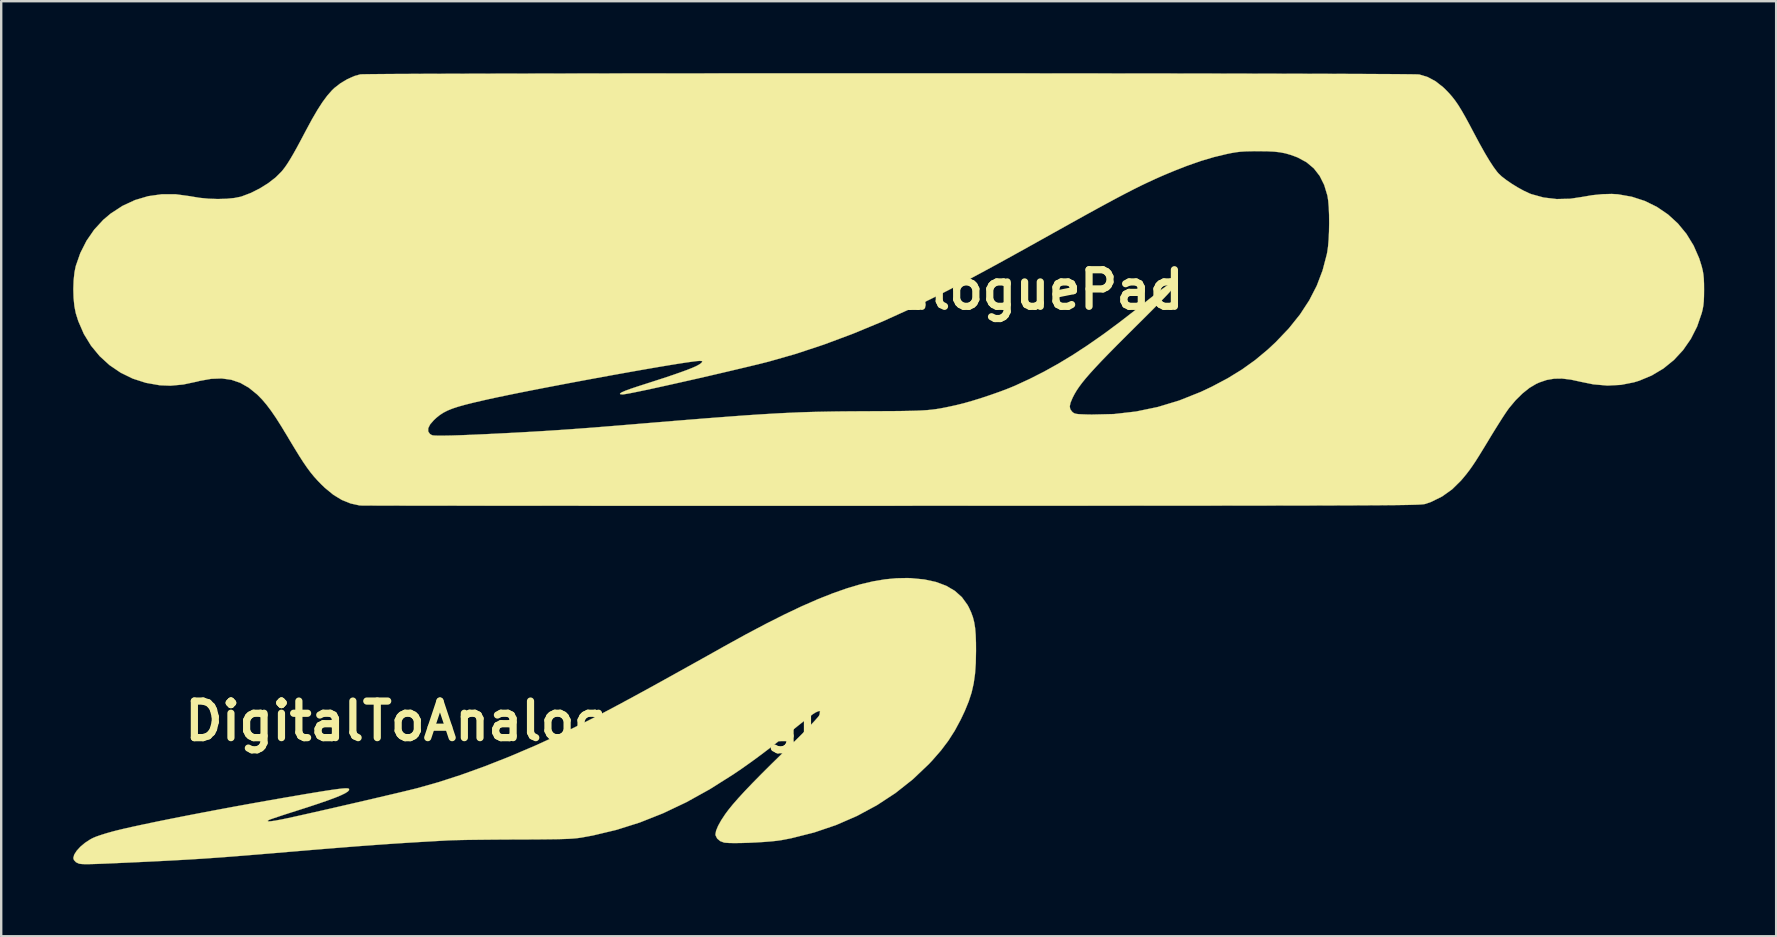
<source format=kicad_pcb>
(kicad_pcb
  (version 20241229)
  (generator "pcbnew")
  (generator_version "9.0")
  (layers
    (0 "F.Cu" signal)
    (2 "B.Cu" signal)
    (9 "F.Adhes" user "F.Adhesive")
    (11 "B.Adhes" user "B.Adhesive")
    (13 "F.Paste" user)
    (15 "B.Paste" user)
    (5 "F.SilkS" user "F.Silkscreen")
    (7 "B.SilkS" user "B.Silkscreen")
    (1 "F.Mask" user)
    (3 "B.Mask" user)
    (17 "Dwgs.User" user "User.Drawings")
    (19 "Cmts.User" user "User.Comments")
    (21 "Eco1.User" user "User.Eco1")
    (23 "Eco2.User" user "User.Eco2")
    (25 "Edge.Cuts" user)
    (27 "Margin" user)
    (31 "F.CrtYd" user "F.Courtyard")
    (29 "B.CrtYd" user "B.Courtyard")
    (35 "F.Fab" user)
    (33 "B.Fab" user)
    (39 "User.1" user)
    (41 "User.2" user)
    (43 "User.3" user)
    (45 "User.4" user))
  (footprint "DigitalToAnalogueTongue"
    (layer "F.Cu")
    (at 18.801 26.995)
    (property "Reference" "DigitalToAnalogueTongue" (at 0 0 0) (layer "F.SilkS") (effects (font (size 1.524 1.524) (thickness 0.3))))
    (attr through_hole)
    (fp_poly (pts (xy 16.108 -5.955) (xy 16.663 -5.901) (xy 17.152 -5.795) (xy 17.576 -5.636) (xy 17.935 -5.425) (xy 18.23 -5.16) (xy 18.461 -4.841) (xy 18.518 -4.735) (xy 18.613 -4.529) (xy 18.687 -4.327) (xy 18.741 -4.114) (xy 18.779 -3.876) (xy 18.802 -3.597) (xy 18.814 -3.261) (xy 18.816 -2.921) (xy 18.806 -2.413) (xy 18.775 -1.969) (xy 18.718 -1.568) (xy 18.632 -1.19) (xy 18.51 -0.816) (xy 18.35 -0.425) (xy 18.179 -0.064) (xy 17.932 0.396) (xy 17.662 0.818) (xy 17.354 1.226) (xy 16.991 1.642) (xy 16.849 1.793) (xy 16.184 2.425) (xy 15.461 2.997) (xy 14.685 3.506) (xy 13.859 3.951) (xy 12.988 4.33) (xy 12.074 4.64) (xy 11.122 4.88) (xy 10.721 4.958) (xy 10.522 4.987) (xy 10.27 5.013) (xy 9.981 5.036) (xy 9.671 5.055) (xy 9.356 5.07) (xy 9.053 5.079) (xy 8.777 5.083) (xy 8.546 5.08) (xy 8.375 5.069) (xy 8.318 5.062) (xy 8.155 5) (xy 8.031 4.895) (xy 7.965 4.764) (xy 7.959 4.712) (xy 7.988 4.562) (xy 8.07 4.365) (xy 8.2 4.131) (xy 8.37 3.874) (xy 8.504 3.694) (xy 8.685 3.471) (xy 8.91 3.214) (xy 9.182 2.918) (xy 9.504 2.581) (xy 9.881 2.198) (xy 10.314 1.767) (xy 10.807 1.285) (xy 10.858 1.235) (xy 11.257 0.845) (xy 11.593 0.51) (xy 11.868 0.23) (xy 12.081 0.003) (xy 12.234 -0.17) (xy 12.327 -0.292) (xy 12.361 -0.363) (xy 12.361 -0.366) (xy 12.331 -0.417) (xy 12.25 -0.413) (xy 12.128 -0.359) (xy 12.018 -0.289) (xy 11.929 -0.222) (xy 11.787 -0.112) (xy 11.605 0.031) (xy 11.397 0.196) (xy 11.174 0.374) (xy 11.113 0.423) (xy 10.627 0.809) (xy 10.191 1.149) (xy 9.791 1.451) (xy 9.414 1.727) (xy 9.047 1.986) (xy 8.707 2.217) (xy 7.722 2.839) (xy 6.746 3.38) (xy 5.775 3.841) (xy 4.806 4.225) (xy 3.833 4.532) (xy 2.851 4.766) (xy 2.371 4.854) (xy 2.259 4.87) (xy 2.137 4.884) (xy 1.997 4.896) (xy 1.831 4.906) (xy 1.631 4.913) (xy 1.389 4.92) (xy 1.097 4.924) (xy 0.747 4.928) (xy 0.331 4.931) (xy -0.159 4.933) (xy -0.339 4.933) (xy -0.79 4.935) (xy -1.233 4.938) (xy -1.656 4.942) (xy -2.05 4.946) (xy -2.404 4.951) (xy -2.708 4.957) (xy -2.95 4.963) (xy -3.122 4.969) (xy -3.154 4.97) (xy -3.747 5.003) (xy -4.302 5.035) (xy -4.831 5.067) (xy -5.347 5.1) (xy -5.86 5.135) (xy -6.384 5.173) (xy -6.931 5.213) (xy -7.511 5.259) (xy -8.137 5.309) (xy -8.821 5.365) (xy -9.575 5.429) (xy -9.737 5.442) (xy -10.423 5.5) (xy -11.036 5.551) (xy -11.587 5.596) (xy -12.089 5.636) (xy -12.552 5.672) (xy -12.989 5.703) (xy -13.409 5.732) (xy -13.826 5.758) (xy -14.25 5.783) (xy -14.693 5.807) (xy -15.166 5.832) (xy -15.681 5.857) (xy -16.249 5.884) (xy -16.722 5.905) (xy -17.154 5.925) (xy -17.51 5.94) (xy -17.798 5.951) (xy -18.027 5.958) (xy -18.204 5.961) (xy -18.339 5.96) (xy -18.439 5.956) (xy -18.512 5.948) (xy -18.563 5.939) (xy -18.685 5.881) (xy -18.771 5.788) (xy -18.796 5.706) (xy -18.759 5.566) (xy -18.657 5.405) (xy -18.503 5.236) (xy -18.309 5.073) (xy -18.087 4.928) (xy -17.977 4.87) (xy -17.844 4.814) (xy -17.65 4.747) (xy -17.417 4.674) (xy -17.165 4.603) (xy -17.039 4.57) (xy -16.715 4.491) (xy -16.315 4.401) (xy -15.848 4.3) (xy -15.321 4.19) (xy -14.743 4.073) (xy -14.121 3.95) (xy -13.463 3.823) (xy -12.778 3.693) (xy -12.074 3.562) (xy -11.358 3.432) (xy -10.638 3.304) (xy -9.923 3.179) (xy -9.22 3.059) (xy -9.165 3.049) (xy -8.712 2.974) (xy -8.336 2.913) (xy -8.03 2.866) (xy -7.788 2.833) (xy -7.603 2.811) (xy -7.469 2.801) (xy -7.379 2.802) (xy -7.327 2.813) (xy -7.308 2.827) (xy -7.307 2.877) (xy -7.361 2.937) (xy -7.473 3.008) (xy -7.647 3.092) (xy -7.887 3.191) (xy -8.196 3.305) (xy -8.577 3.437) (xy -9.033 3.588) (xy -9.462 3.725) (xy -9.756 3.819) (xy -10.027 3.906) (xy -10.262 3.984) (xy -10.452 4.048) (xy -10.584 4.094) (xy -10.647 4.119) (xy -10.647 4.12) (xy -10.701 4.16) (xy -10.674 4.179) (xy -10.567 4.174) (xy -10.381 4.147) (xy -10.116 4.098) (xy -10.048 4.084) (xy -9.858 4.044) (xy -9.596 3.987) (xy -9.273 3.915) (xy -8.9 3.831) (xy -8.489 3.738) (xy -8.048 3.638) (xy -7.589 3.532) (xy -7.123 3.425) (xy -6.66 3.318) (xy -6.211 3.213) (xy -5.787 3.113) (xy -5.397 3.022) (xy -5.053 2.94) (xy -4.766 2.87) (xy -4.545 2.816) (xy -4.466 2.796) (xy -3.577 2.545) (xy -2.634 2.239) (xy -1.643 1.882) (xy -0.613 1.476) (xy 0.449 1.023) (xy 1.524 0.532) (xy 1.828 0.388) (xy 2.133 0.24) (xy 2.445 0.086) (xy 2.77 -0.078) (xy 3.112 -0.253) (xy 3.476 -0.444) (xy 3.869 -0.653) (xy 4.295 -0.882) (xy 4.76 -1.134) (xy 5.269 -1.413) (xy 5.827 -1.721) (xy 6.439 -2.061) (xy 7.112 -2.435) (xy 7.849 -2.847) (xy 8.319 -3.111) (xy 9.215 -3.605) (xy 10.05 -4.047) (xy 10.828 -4.439) (xy 11.553 -4.783) (xy 12.229 -5.079) (xy 12.861 -5.329) (xy 13.452 -5.536) (xy 14.007 -5.7) (xy 14.53 -5.823) (xy 15.026 -5.906) (xy 15.498 -5.951) (xy 15.951 -5.96) (xy 16.108 -5.955)) (stroke (width 0.01) (type solid)) (fill yes) (layer "F.SilkS")))
  (footprint "DigitalToAnaloguePad"
    (layer "F.Cu")
    (at 33.981 9.024)
    (property "Reference" "DigitalToAnaloguePad" (at 0 0 0) (layer "F.SilkS") (effects (font (size 1.524 1.524) (thickness 0.3))))
    (attr through_hole)
    (fp_poly (pts (xy 0.461 -9.019) (xy 1.647 -9.019) (xy 2.83 -9.019) (xy 4.005 -9.018) (xy 5.17 -9.018) (xy 6.321 -9.017) (xy 7.457 -9.016) (xy 8.572 -9.015) (xy 9.666 -9.014) (xy 10.734 -9.013) (xy 11.773 -9.012) (xy 12.78 -9.01) (xy 13.753 -9.009) (xy 14.688 -9.007) (xy 15.582 -9.005) (xy 16.432 -9.003) (xy 17.236 -9.001) (xy 17.989 -8.999) (xy 18.689 -8.997) (xy 19.333 -8.994) (xy 19.918 -8.992) (xy 20.44 -8.989) (xy 20.898 -8.987) (xy 21.287 -8.984) (xy 21.604 -8.981) (xy 21.847 -8.978) (xy 22.012 -8.975) (xy 22.097 -8.971) (xy 22.107 -8.97) (xy 22.455 -8.864) (xy 22.779 -8.691) (xy 23.093 -8.445) (xy 23.198 -8.345) (xy 23.344 -8.194) (xy 23.476 -8.043) (xy 23.602 -7.88) (xy 23.73 -7.695) (xy 23.865 -7.476) (xy 24.016 -7.213) (xy 24.189 -6.895) (xy 24.365 -6.562) (xy 24.615 -6.094) (xy 24.835 -5.701) (xy 25.029 -5.376) (xy 25.199 -5.116) (xy 25.348 -4.915) (xy 25.4 -4.854) (xy 25.536 -4.724) (xy 25.73 -4.574) (xy 25.962 -4.416) (xy 26.212 -4.262) (xy 26.46 -4.126) (xy 26.685 -4.02) (xy 26.77 -3.986) (xy 27.286 -3.844) (xy 27.829 -3.78) (xy 28.391 -3.793) (xy 28.894 -3.869) (xy 29.313 -3.941) (xy 29.733 -3.983) (xy 30.124 -3.993) (xy 30.385 -3.978) (xy 30.962 -3.876) (xy 31.504 -3.7) (xy 32.008 -3.452) (xy 32.469 -3.138) (xy 32.88 -2.762) (xy 33.237 -2.329) (xy 33.535 -1.843) (xy 33.769 -1.308) (xy 33.873 -0.974) (xy 33.915 -0.804) (xy 33.943 -0.643) (xy 33.96 -0.466) (xy 33.969 -0.25) (xy 33.971 0) (xy 33.968 0.272) (xy 33.959 0.483) (xy 33.941 0.658) (xy 33.912 0.819) (xy 33.873 0.974) (xy 33.681 1.532) (xy 33.42 2.047) (xy 33.096 2.514) (xy 32.714 2.926) (xy 32.278 3.28) (xy 31.794 3.569) (xy 31.268 3.789) (xy 31.051 3.855) (xy 30.508 3.962) (xy 29.944 3.991) (xy 29.358 3.94) (xy 28.842 3.835) (xy 28.42 3.743) (xy 28.053 3.699) (xy 27.724 3.704) (xy 27.415 3.757) (xy 27.111 3.86) (xy 26.974 3.922) (xy 26.696 4.087) (xy 26.406 4.319) (xy 26.118 4.603) (xy 25.848 4.926) (xy 25.784 5.014) (xy 25.692 5.148) (xy 25.566 5.34) (xy 25.417 5.575) (xy 25.253 5.837) (xy 25.083 6.113) (xy 24.979 6.287) (xy 24.769 6.632) (xy 24.594 6.917) (xy 24.445 7.152) (xy 24.313 7.349) (xy 24.191 7.52) (xy 24.071 7.677) (xy 23.944 7.831) (xy 23.844 7.949) (xy 23.475 8.313) (xy 23.059 8.61) (xy 22.606 8.835) (xy 22.371 8.918) (xy 22.35 8.923) (xy 22.324 8.929) (xy 22.291 8.934) (xy 22.249 8.939) (xy 22.196 8.943) (xy 22.129 8.948) (xy 22.046 8.952) (xy 21.945 8.956) (xy 21.825 8.959) (xy 21.682 8.963) (xy 21.515 8.966) (xy 21.321 8.969) (xy 21.099 8.972) (xy 20.845 8.974) (xy 20.559 8.977) (xy 20.237 8.979) (xy 19.879 8.981) (xy 19.48 8.983) (xy 19.04 8.984) (xy 18.556 8.986) (xy 18.026 8.988) (xy 17.448 8.989) (xy 16.82 8.99) (xy 16.139 8.991) (xy 15.403 8.992) (xy 14.611 8.993) (xy 13.759 8.994) (xy 12.847 8.995) (xy 11.871 8.995) (xy 10.829 8.996) (xy 9.72 8.997) (xy 8.542 8.997) (xy 7.291 8.998) (xy 5.966 8.998) (xy 4.565 8.998) (xy 3.085 8.999) (xy 1.524 8.999) (xy 0.106 9) (xy -1.256 9) (xy -2.598 9) (xy -3.916 9) (xy -5.208 9) (xy -6.471 9) (xy -7.704 9) (xy -8.904 9) (xy -10.067 9) (xy -11.193 9) (xy -12.277 9) (xy -13.318 8.999) (xy -14.313 8.999) (xy -15.259 8.998) (xy -16.155 8.998) (xy -16.997 8.997) (xy -17.784 8.997) (xy -18.512 8.996) (xy -19.179 8.995) (xy -19.782 8.995) (xy -20.32 8.994) (xy -20.789 8.993) (xy -21.188 8.992) (xy -21.512 8.991) (xy -21.761 8.99) (xy -21.932 8.989) (xy -22.021 8.988) (xy -22.035 8.988) (xy -22.422 8.904) (xy -22.787 8.757) (xy -23.141 8.542) (xy -23.496 8.251) (xy -23.644 8.108) (xy -23.802 7.945) (xy -23.949 7.782) (xy -24.091 7.608) (xy -24.235 7.414) (xy -24.39 7.189) (xy -24.561 6.923) (xy -24.756 6.606) (xy -24.984 6.228) (xy -25.049 6.117) (xy -25.18 5.901) (xy -19.191 5.901) (xy -19.117 6.007) (xy -19.03 6.059) (xy -18.951 6.072) (xy -18.788 6.078) (xy -18.542 6.078) (xy -18.214 6.072) (xy -17.805 6.059) (xy -17.316 6.039) (xy -16.747 6.014) (xy -16.658 6.009) (xy -16.005 5.977) (xy -15.401 5.945) (xy -14.831 5.913) (xy -14.279 5.88) (xy -13.73 5.844) (xy -13.169 5.805) (xy -12.582 5.761) (xy -11.951 5.712) (xy -11.264 5.657) (xy -10.689 5.609) (xy -9.8 5.535) (xy -8.989 5.468) (xy -8.249 5.408) (xy -7.574 5.354) (xy -6.957 5.307) (xy -6.392 5.264) (xy -5.873 5.227) (xy -5.393 5.195) (xy -4.945 5.168) (xy -4.523 5.144) (xy -4.12 5.125) (xy -3.73 5.108) (xy -3.347 5.095) (xy -2.964 5.085) (xy -2.575 5.077) (xy -2.172 5.07) (xy -1.75 5.066) (xy -1.302 5.063) (xy -0.847 5.061) (xy -0.316 5.058) (xy 0.139 5.056) (xy 0.528 5.052) (xy 0.859 5.046) (xy 1.142 5.039) (xy 1.386 5.028) (xy 1.6 5.014) (xy 1.793 4.995) (xy 1.974 4.972) (xy 2.153 4.943) (xy 2.338 4.908) (xy 2.538 4.866) (xy 2.763 4.817) (xy 2.828 4.802) (xy 3.128 4.728) (xy 3.482 4.627) (xy 3.869 4.507) (xy 4.264 4.375) (xy 4.647 4.24) (xy 4.993 4.108) (xy 5.248 4.003) (xy 5.865 3.718) (xy 6.469 3.412) (xy 7.069 3.078) (xy 7.676 2.711) (xy 8.297 2.304) (xy 8.943 1.853) (xy 9.622 1.35) (xy 10.345 0.79) (xy 10.537 0.638) (xy 10.876 0.369) (xy 11.156 0.15) (xy 11.382 -0.022) (xy 11.56 -0.151) (xy 11.696 -0.24) (xy 11.794 -0.295) (xy 11.86 -0.318) (xy 11.901 -0.314) (xy 11.902 -0.314) (xy 11.93 -0.289) (xy 11.942 -0.256) (xy 11.932 -0.21) (xy 11.898 -0.146) (xy 11.835 -0.059) (xy 11.738 0.056) (xy 11.605 0.203) (xy 11.43 0.386) (xy 11.209 0.611) (xy 10.939 0.883) (xy 10.615 1.206) (xy 10.359 1.46) (xy 9.903 1.914) (xy 9.504 2.313) (xy 9.158 2.665) (xy 8.859 2.973) (xy 8.605 3.244) (xy 8.389 3.481) (xy 8.208 3.689) (xy 8.057 3.875) (xy 7.932 4.043) (xy 7.828 4.197) (xy 7.741 4.344) (xy 7.667 4.487) (xy 7.657 4.508) (xy 7.573 4.708) (xy 7.542 4.857) (xy 7.562 4.973) (xy 7.633 5.072) (xy 7.644 5.083) (xy 7.688 5.121) (xy 7.737 5.149) (xy 7.803 5.168) (xy 7.901 5.181) (xy 8.046 5.189) (xy 8.25 5.196) (xy 8.459 5.2) (xy 9.385 5.178) (xy 10.3 5.073) (xy 11.206 4.885) (xy 12.105 4.613) (xy 12.998 4.257) (xy 13.46 4.039) (xy 14.122 3.688) (xy 14.718 3.322) (xy 15.266 2.93) (xy 15.785 2.498) (xy 16.123 2.183) (xy 16.67 1.609) (xy 17.135 1.029) (xy 17.522 0.437) (xy 17.835 -0.172) (xy 18.076 -0.806) (xy 18.25 -1.469) (xy 18.27 -1.566) (xy 18.304 -1.804) (xy 18.329 -2.098) (xy 18.344 -2.427) (xy 18.35 -2.773) (xy 18.347 -3.115) (xy 18.334 -3.434) (xy 18.311 -3.709) (xy 18.278 -3.921) (xy 18.276 -3.93) (xy 18.143 -4.369) (xy 17.955 -4.745) (xy 17.711 -5.059) (xy 17.408 -5.313) (xy 17.046 -5.509) (xy 16.976 -5.538) (xy 16.744 -5.622) (xy 16.527 -5.685) (xy 16.305 -5.728) (xy 16.059 -5.756) (xy 15.769 -5.77) (xy 15.416 -5.774) (xy 15.388 -5.774) (xy 15.09 -5.772) (xy 14.853 -5.766) (xy 14.656 -5.753) (xy 14.474 -5.731) (xy 14.286 -5.699) (xy 14.097 -5.661) (xy 13.555 -5.531) (xy 13.003 -5.367) (xy 12.421 -5.163) (xy 11.938 -4.974) (xy 11.65 -4.856) (xy 11.371 -4.737) (xy 11.095 -4.615) (xy 10.815 -4.485) (xy 10.523 -4.346) (xy 10.214 -4.192) (xy 9.88 -4.021) (xy 9.514 -3.829) (xy 9.11 -3.612) (xy 8.661 -3.368) (xy 8.159 -3.092) (xy 7.599 -2.781) (xy 6.973 -2.431) (xy 6.9 -2.391) (xy 6.164 -1.98) (xy 5.494 -1.607) (xy 4.884 -1.27) (xy 4.327 -0.965) (xy 3.817 -0.689) (xy 3.348 -0.437) (xy 2.911 -0.207) (xy 2.502 0.006) (xy 2.113 0.204) (xy 1.737 0.391) (xy 1.368 0.571) (xy 1 0.747) (xy 0.974 0.76) (xy -0.271 1.325) (xy -1.498 1.833) (xy -2.702 2.282) (xy -3.873 2.67) (xy -5.005 2.993) (xy -5.397 3.092) (xy -5.908 3.215) (xy -6.43 3.339) (xy -6.957 3.463) (xy -7.481 3.585) (xy -7.997 3.704) (xy -8.497 3.817) (xy -8.973 3.924) (xy -9.419 4.023) (xy -9.828 4.113) (xy -10.193 4.191) (xy -10.506 4.256) (xy -10.761 4.307) (xy -10.951 4.341) (xy -11.068 4.359) (xy -11.093 4.36) (xy -11.187 4.351) (xy -11.199 4.322) (xy -11.128 4.274) (xy -10.975 4.207) (xy -10.74 4.121) (xy -10.422 4.015) (xy -10.38 4.002) (xy -9.842 3.829) (xy -9.379 3.679) (xy -8.988 3.548) (xy -8.662 3.434) (xy -8.396 3.337) (xy -8.184 3.253) (xy -8.022 3.181) (xy -7.905 3.118) (xy -7.826 3.063) (xy -7.792 3.03) (xy -7.766 2.986) (xy -7.796 2.967) (xy -7.885 2.963) (xy -8 2.971) (xy -8.19 2.995) (xy -8.45 3.032) (xy -8.772 3.081) (xy -9.148 3.142) (xy -9.573 3.213) (xy -10.039 3.293) (xy -10.54 3.381) (xy -11.067 3.475) (xy -11.614 3.573) (xy -12.175 3.676) (xy -12.742 3.781) (xy -13.308 3.887) (xy -13.866 3.993) (xy -14.41 4.097) (xy -14.932 4.199) (xy -15.425 4.297) (xy -15.882 4.39) (xy -16.296 4.476) (xy -16.661 4.555) (xy -16.839 4.595) (xy -17.273 4.695) (xy -17.634 4.785) (xy -17.932 4.868) (xy -18.178 4.949) (xy -18.381 5.031) (xy -18.553 5.119) (xy -18.704 5.217) (xy -18.843 5.328) (xy -18.954 5.431) (xy -19.109 5.609) (xy -19.188 5.767) (xy -19.191 5.901) (xy -25.18 5.901) (xy -25.305 5.695) (xy -25.531 5.339) (xy -25.736 5.04) (xy -25.926 4.788) (xy -26.108 4.574) (xy -26.29 4.388) (xy -26.322 4.357) (xy -26.665 4.079) (xy -27.019 3.877) (xy -27.394 3.749) (xy -27.795 3.694) (xy -28.23 3.71) (xy -28.707 3.795) (xy -28.83 3.827) (xy -29.396 3.947) (xy -29.923 3.996) (xy -30.371 3.979) (xy -30.952 3.877) (xy -31.499 3.701) (xy -32.006 3.453) (xy -32.468 3.139) (xy -32.88 2.763) (xy -33.238 2.329) (xy -33.537 1.841) (xy -33.77 1.304) (xy -33.874 0.974) (xy -33.931 0.684) (xy -33.965 0.342) (xy -33.976 -0.026) (xy -33.963 -0.393) (xy -33.927 -0.73) (xy -33.875 -0.986) (xy -33.685 -1.53) (xy -33.427 -2.04) (xy -33.106 -2.505) (xy -32.728 -2.915) (xy -32.42 -3.175) (xy -31.927 -3.496) (xy -31.405 -3.738) (xy -30.859 -3.9) (xy -30.291 -3.98) (xy -29.703 -3.979) (xy -29.099 -3.897) (xy -29.062 -3.889) (xy -28.712 -3.831) (xy -28.337 -3.795) (xy -27.957 -3.782) (xy -27.594 -3.792) (xy -27.267 -3.824) (xy -26.999 -3.878) (xy -26.966 -3.888) (xy -26.585 -4.032) (xy -26.207 -4.222) (xy -25.853 -4.443) (xy -25.542 -4.685) (xy -25.292 -4.935) (xy -25.253 -4.983) (xy -25.15 -5.118) (xy -25.046 -5.27) (xy -24.934 -5.449) (xy -24.808 -5.664) (xy -24.662 -5.925) (xy -24.491 -6.243) (xy -24.289 -6.626) (xy -24.281 -6.641) (xy -24.031 -7.104) (xy -23.804 -7.493) (xy -23.595 -7.818) (xy -23.398 -8.084) (xy -23.209 -8.3) (xy -23.098 -8.408) (xy -22.843 -8.606) (xy -22.555 -8.777) (xy -22.261 -8.907) (xy -22.018 -8.975) (xy -21.958 -8.978) (xy -21.816 -8.981) (xy -21.596 -8.984) (xy -21.301 -8.987) (xy -20.933 -8.99) (xy -20.496 -8.993) (xy -19.993 -8.995) (xy -19.426 -8.998) (xy -18.799 -9) (xy -18.116 -9.002) (xy -17.378 -9.004) (xy -16.589 -9.006) (xy -15.753 -9.008) (xy -14.871 -9.009) (xy -13.948 -9.011) (xy -12.986 -9.012) (xy -11.989 -9.014) (xy -10.959 -9.015) (xy -9.899 -9.016) (xy -8.813 -9.017) (xy -7.704 -9.017) (xy -6.574 -9.018) (xy -5.427 -9.019) (xy -4.266 -9.019) (xy -3.093 -9.019) (xy -1.913 -9.019) (xy -0.727 -9.019) (xy 0.461 -9.019)) (stroke (width 0.01) (type solid)) (fill yes) (layer "F.SilkS")))
  (gr_rect
    (start -3 -3)
    (end 70.956 35.961)
    (stroke (width 0.1) (type default))
    (fill no)
    (layer "Edge.Cuts")))
</source>
